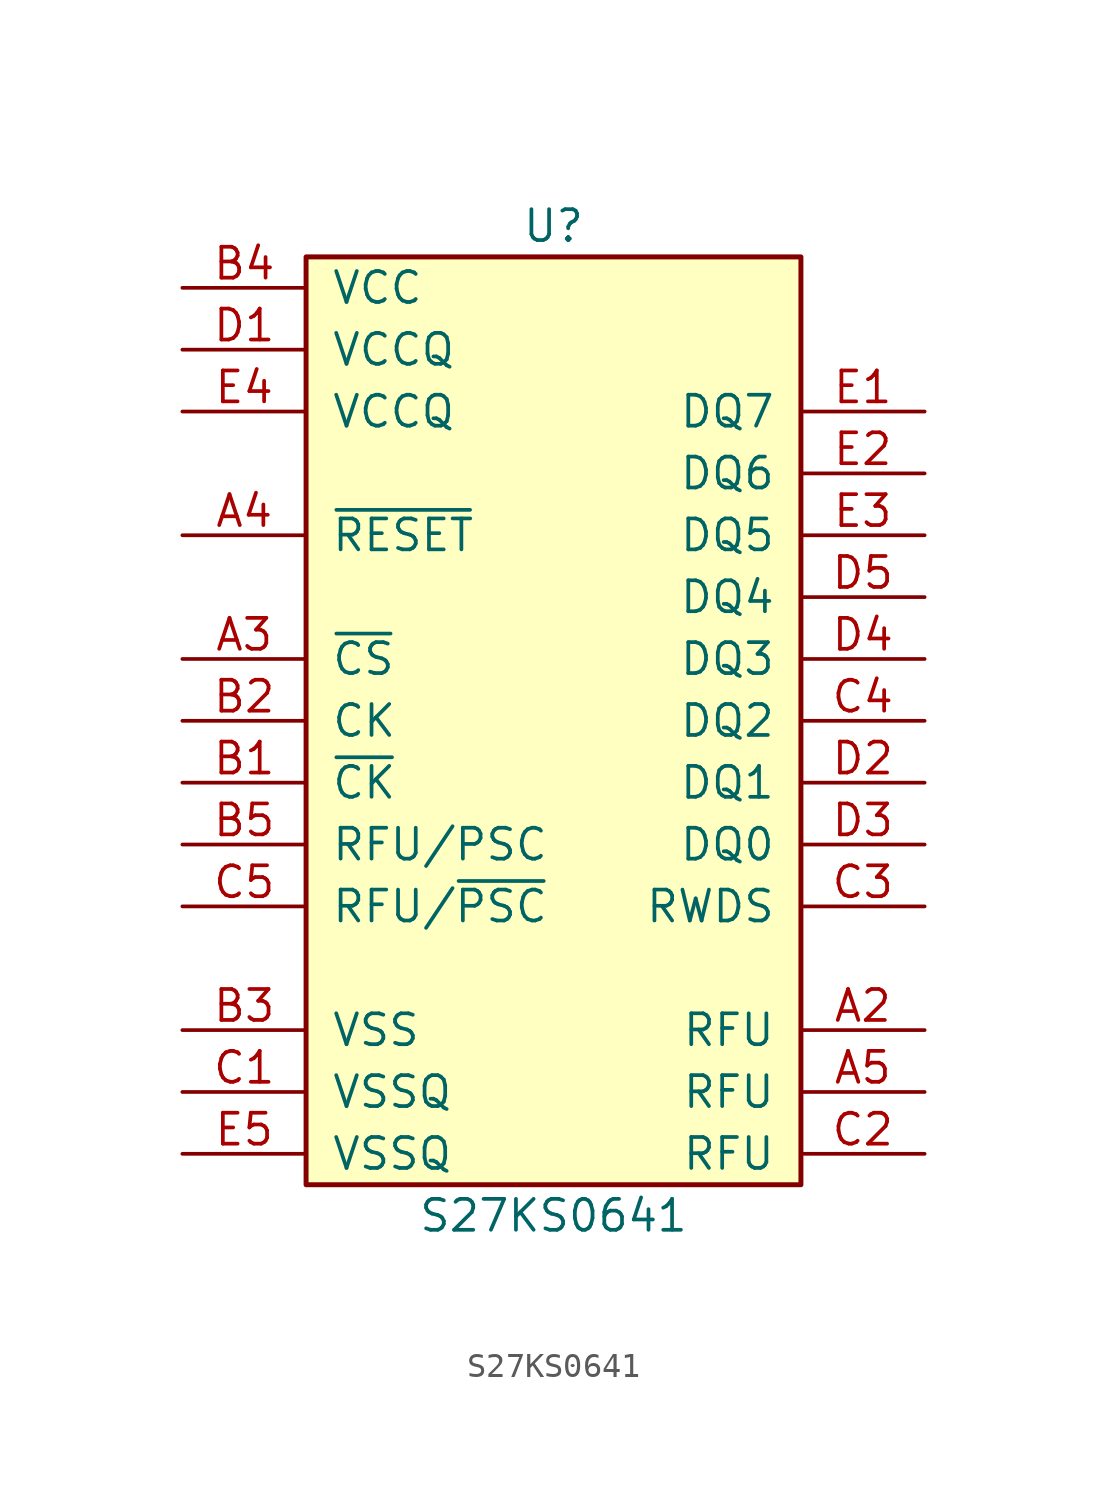
<source format=kicad_sym>
(kicad_symbol_lib
  (version 20220914)
  (generator kicad_symbol_editor)
  (symbol "S27KS0641"
    (pin_names
      (offset 1.016))
    (property "Reference" "U"
      (at 0 20.32 0)
      (effects (font (size 1.27 1.27))))
    (property "Value" "S27KS0641"
      (at 0 -20.32 0)
      (effects (font (size 1.27 1.27))))
    (symbol "S27KS0641_0_1"
      (rectangle (start -10.16 19.05) (end 10.16 -19.05) (stroke (width 0.203) (type default)) (fill (type background))))
    (symbol "S27KS0641_1_1"
      (pin passive line (at 15.24 -12.7 180) (length 5.08) (name "RFU" (effects (font (size 1.27 1.27)))) (number "A2" (effects (font (size 1.27 1.27)))))
      (pin input line (at -15.24 2.54 0) (length 5.08) (name "~{CS}" (effects (font (size 1.27 1.27)))) (number "A3" (effects (font (size 1.27 1.27)))))
      (pin input line (at -15.24 7.62 0) (length 5.08) (name "~{RESET}" (effects (font (size 1.27 1.27)))) (number "A4" (effects (font (size 1.27 1.27)))))
      (pin passive line (at 15.24 -15.24 180) (length 5.08) (name "RFU" (effects (font (size 1.27 1.27)))) (number "A5" (effects (font (size 1.27 1.27)))))
      (pin input line (at -15.24 -2.54 0) (length 5.08) (name "~{CK}" (effects (font (size 1.27 1.27)))) (number "B1" (effects (font (size 1.27 1.27)))))
      (pin input line (at -15.24 0 0) (length 5.08) (name "CK" (effects (font (size 1.27 1.27)))) (number "B2" (effects (font (size 1.27 1.27)))))
      (pin power_in line (at -15.24 -12.7 0) (length 5.08) (name "VSS" (effects (font (size 1.27 1.27)))) (number "B3" (effects (font (size 1.27 1.27)))))
      (pin power_in line (at -15.24 17.78 0) (length 5.08) (name "VCC" (effects (font (size 1.27 1.27)))) (number "B4" (effects (font (size 1.27 1.27)))))
      (pin input line (at -15.24 -5.08 0) (length 5.08) (name "RFU/PSC" (effects (font (size 1.27 1.27)))) (number "B5" (effects (font (size 1.27 1.27)))))
      (pin power_in line (at -15.24 -15.24 0) (length 5.08) (name "VSSQ" (effects (font (size 1.27 1.27)))) (number "C1" (effects (font (size 1.27 1.27)))))
      (pin passive line (at 15.24 -17.78 180) (length 5.08) (name "RFU" (effects (font (size 1.27 1.27)))) (number "C2" (effects (font (size 1.27 1.27)))))
      (pin bidirectional line (at 15.24 -7.62 180) (length 5.08) (name "RWDS" (effects (font (size 1.27 1.27)))) (number "C3" (effects (font (size 1.27 1.27)))))
      (pin bidirectional line (at 15.24 0 180) (length 5.08) (name "DQ2" (effects (font (size 1.27 1.27)))) (number "C4" (effects (font (size 1.27 1.27)))))
      (pin input line (at -15.24 -7.62 0) (length 5.08) (name "RFU/~{PSC}" (effects (font (size 1.27 1.27)))) (number "C5" (effects (font (size 1.27 1.27)))))
      (pin power_in line (at -15.24 15.24 0) (length 5.08) (name "VCCQ" (effects (font (size 1.27 1.27)))) (number "D1" (effects (font (size 1.27 1.27)))))
      (pin bidirectional line (at 15.24 -2.54 180) (length 5.08) (name "DQ1" (effects (font (size 1.27 1.27)))) (number "D2" (effects (font (size 1.27 1.27)))))
      (pin bidirectional line (at 15.24 -5.08 180) (length 5.08) (name "DQ0" (effects (font (size 1.27 1.27)))) (number "D3" (effects (font (size 1.27 1.27)))))
      (pin bidirectional line (at 15.24 2.54 180) (length 5.08) (name "DQ3" (effects (font (size 1.27 1.27)))) (number "D4" (effects (font (size 1.27 1.27)))))
      (pin bidirectional line (at 15.24 5.08 180) (length 5.08) (name "DQ4" (effects (font (size 1.27 1.27)))) (number "D5" (effects (font (size 1.27 1.27)))))
      (pin bidirectional line (at 15.24 12.7 180) (length 5.08) (name "DQ7" (effects (font (size 1.27 1.27)))) (number "E1" (effects (font (size 1.27 1.27)))))
      (pin bidirectional line (at 15.24 10.16 180) (length 5.08) (name "DQ6" (effects (font (size 1.27 1.27)))) (number "E2" (effects (font (size 1.27 1.27)))))
      (pin bidirectional line (at 15.24 7.62 180) (length 5.08) (name "DQ5" (effects (font (size 1.27 1.27)))) (number "E3" (effects (font (size 1.27 1.27)))))
      (pin power_in line (at -15.24 12.7 0) (length 5.08) (name "VCCQ" (effects (font (size 1.27 1.27)))) (number "E4" (effects (font (size 1.27 1.27)))))
      (pin power_in line (at -15.24 -17.78 0) (length 5.08) (name "VSSQ" (effects (font (size 1.27 1.27)))) (number "E5" (effects (font (size 1.27 1.27))))))))
</source>
